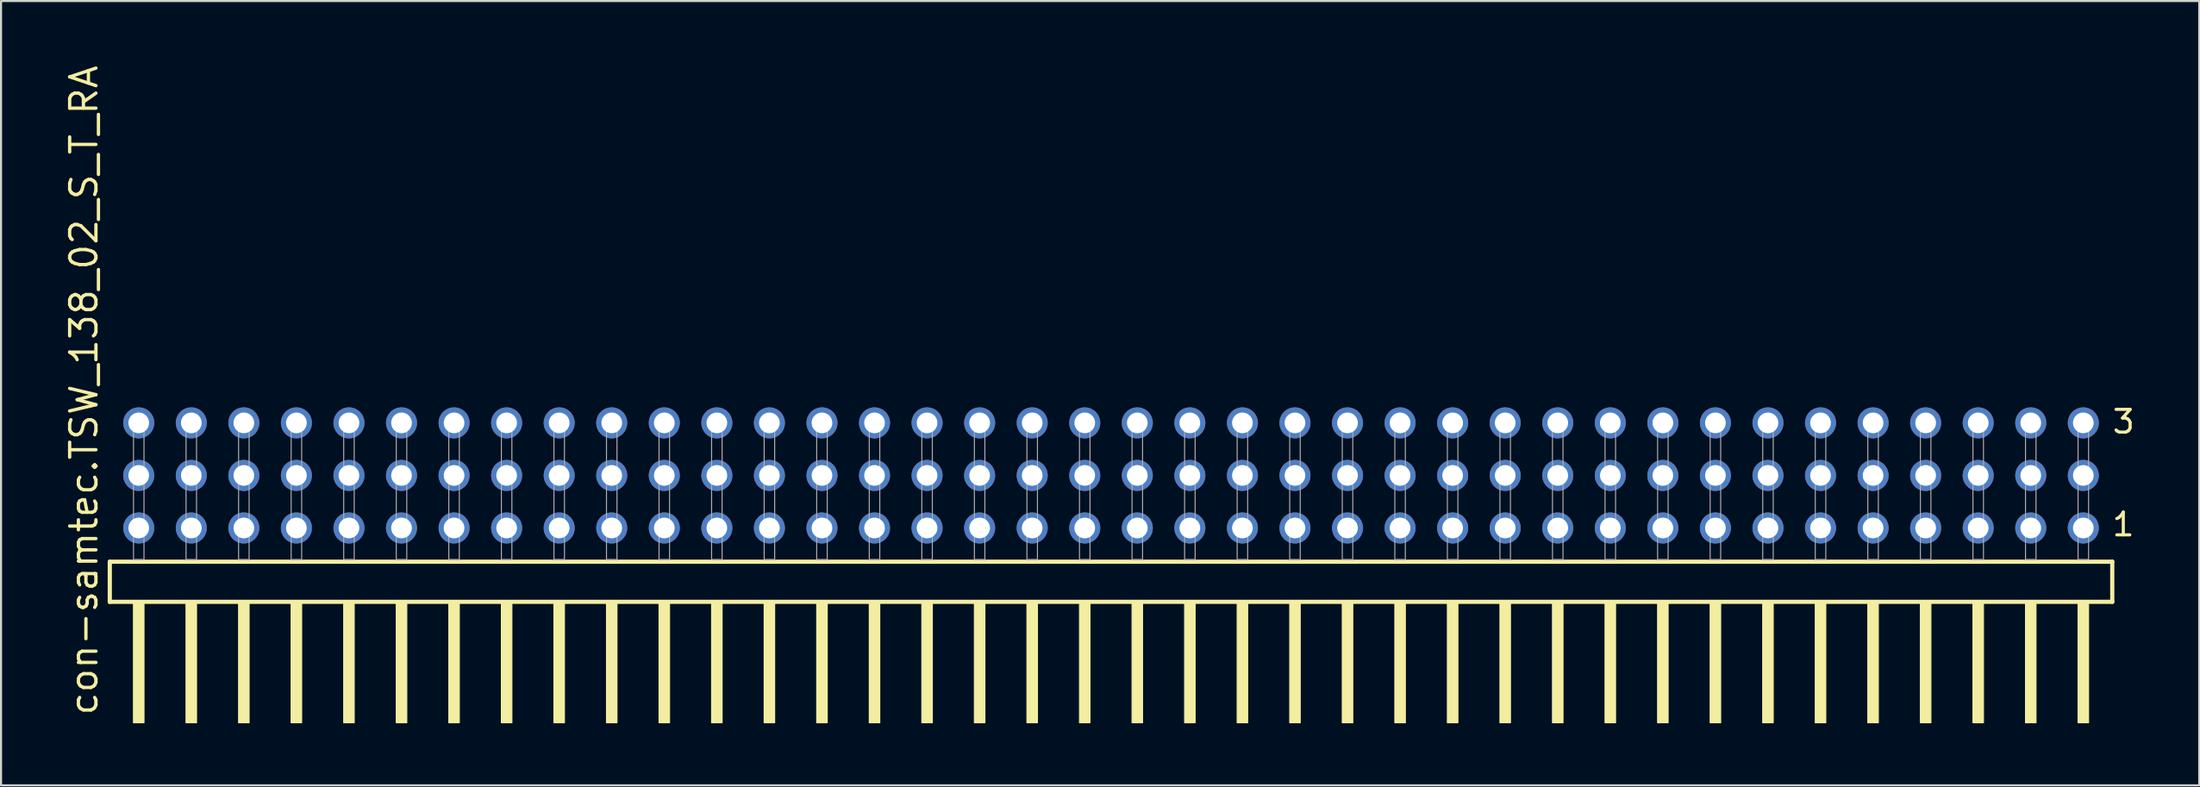
<source format=kicad_pcb>
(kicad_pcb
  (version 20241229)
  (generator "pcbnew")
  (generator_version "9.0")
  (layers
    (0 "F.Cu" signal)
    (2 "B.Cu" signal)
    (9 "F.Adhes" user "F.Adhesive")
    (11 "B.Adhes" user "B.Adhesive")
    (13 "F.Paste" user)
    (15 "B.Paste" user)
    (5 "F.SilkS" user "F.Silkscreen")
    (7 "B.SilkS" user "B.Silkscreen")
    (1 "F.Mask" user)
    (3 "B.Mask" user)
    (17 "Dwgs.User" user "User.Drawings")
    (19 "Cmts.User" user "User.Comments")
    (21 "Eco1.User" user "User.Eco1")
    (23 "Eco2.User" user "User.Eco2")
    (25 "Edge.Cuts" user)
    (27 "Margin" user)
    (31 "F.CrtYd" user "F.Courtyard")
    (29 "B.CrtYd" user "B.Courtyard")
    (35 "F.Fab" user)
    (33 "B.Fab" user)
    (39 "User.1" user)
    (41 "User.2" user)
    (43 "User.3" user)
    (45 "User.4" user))
  (footprint "con-samtec.TSW_138_02_S_T_RA"
    (layer "F.Cu")
    (at 50.645 23.993)
    (property "Reference" "con-samtec.TSW_138_02_S_T_RA" (at -48.895 7.62 90) (layer "F.SilkS") (effects (font (size 1.27 1.27) (thickness 0.16)) (justify left bottom)))
    (attr through_hole)
    (fp_line (start -48.389 0.106) (end -48.389 2.046) (stroke (width 0.203) (type default)) (layer "F.SilkS"))
    (fp_line (start -48.389 2.046) (end 48.389 2.046) (stroke (width 0.203) (type default)) (layer "F.SilkS"))
    (fp_line (start 48.389 0.106) (end -48.389 0.106) (stroke (width 0.203) (type default)) (layer "F.SilkS"))
    (fp_line (start 48.389 2.046) (end 48.389 0.106) (stroke (width 0.203) (type default)) (layer "F.SilkS"))
    (fp_rect (start -47.244 7.89) (end -46.736 2.04) (stroke (width 0.05) (type default)) (fill yes) (layer "F.SilkS"))
    (fp_rect (start -44.704 7.89) (end -44.196 2.04) (stroke (width 0.05) (type default)) (fill yes) (layer "F.SilkS"))
    (fp_rect (start -42.164 7.89) (end -41.656 2.04) (stroke (width 0.05) (type default)) (fill yes) (layer "F.SilkS"))
    (fp_rect (start -39.624 7.89) (end -39.116 2.04) (stroke (width 0.05) (type default)) (fill yes) (layer "F.SilkS"))
    (fp_rect (start -37.084 7.89) (end -36.576 2.04) (stroke (width 0.05) (type default)) (fill yes) (layer "F.SilkS"))
    (fp_rect (start -34.544 7.89) (end -34.036 2.04) (stroke (width 0.05) (type default)) (fill yes) (layer "F.SilkS"))
    (fp_rect (start -32.004 7.89) (end -31.496 2.04) (stroke (width 0.05) (type default)) (fill yes) (layer "F.SilkS"))
    (fp_rect (start -29.464 7.89) (end -28.956 2.04) (stroke (width 0.05) (type default)) (fill yes) (layer "F.SilkS"))
    (fp_rect (start -26.924 7.89) (end -26.416 2.04) (stroke (width 0.05) (type default)) (fill yes) (layer "F.SilkS"))
    (fp_rect (start -24.384 7.89) (end -23.876 2.04) (stroke (width 0.05) (type default)) (fill yes) (layer "F.SilkS"))
    (fp_rect (start -21.844 7.89) (end -21.336 2.04) (stroke (width 0.05) (type default)) (fill yes) (layer "F.SilkS"))
    (fp_rect (start -19.304 7.89) (end -18.796 2.04) (stroke (width 0.05) (type default)) (fill yes) (layer "F.SilkS"))
    (fp_rect (start -16.764 7.89) (end -16.256 2.04) (stroke (width 0.05) (type default)) (fill yes) (layer "F.SilkS"))
    (fp_rect (start -14.224 7.89) (end -13.716 2.04) (stroke (width 0.05) (type default)) (fill yes) (layer "F.SilkS"))
    (fp_rect (start -11.684 7.89) (end -11.176 2.04) (stroke (width 0.05) (type default)) (fill yes) (layer "F.SilkS"))
    (fp_rect (start -9.144 7.89) (end -8.636 2.04) (stroke (width 0.05) (type default)) (fill yes) (layer "F.SilkS"))
    (fp_rect (start -6.604 7.89) (end -6.096 2.04) (stroke (width 0.05) (type default)) (fill yes) (layer "F.SilkS"))
    (fp_rect (start -4.064 7.89) (end -3.556 2.04) (stroke (width 0.05) (type default)) (fill yes) (layer "F.SilkS"))
    (fp_rect (start -1.524 7.89) (end -1.016 2.04) (stroke (width 0.05) (type default)) (fill yes) (layer "F.SilkS"))
    (fp_rect (start 1.016 7.89) (end 1.524 2.04) (stroke (width 0.05) (type default)) (fill yes) (layer "F.SilkS"))
    (fp_rect (start 3.556 7.89) (end 4.064 2.04) (stroke (width 0.05) (type default)) (fill yes) (layer "F.SilkS"))
    (fp_rect (start 6.096 7.89) (end 6.604 2.04) (stroke (width 0.05) (type default)) (fill yes) (layer "F.SilkS"))
    (fp_rect (start 8.636 7.89) (end 9.144 2.04) (stroke (width 0.05) (type default)) (fill yes) (layer "F.SilkS"))
    (fp_rect (start 11.176 7.89) (end 11.684 2.04) (stroke (width 0.05) (type default)) (fill yes) (layer "F.SilkS"))
    (fp_rect (start 13.716 7.89) (end 14.224 2.04) (stroke (width 0.05) (type default)) (fill yes) (layer "F.SilkS"))
    (fp_rect (start 16.256 7.89) (end 16.764 2.04) (stroke (width 0.05) (type default)) (fill yes) (layer "F.SilkS"))
    (fp_rect (start 18.796 7.89) (end 19.304 2.04) (stroke (width 0.05) (type default)) (fill yes) (layer "F.SilkS"))
    (fp_rect (start 21.336 7.89) (end 21.844 2.04) (stroke (width 0.05) (type default)) (fill yes) (layer "F.SilkS"))
    (fp_rect (start 23.876 7.89) (end 24.384 2.04) (stroke (width 0.05) (type default)) (fill yes) (layer "F.SilkS"))
    (fp_rect (start 26.416 7.89) (end 26.924 2.04) (stroke (width 0.05) (type default)) (fill yes) (layer "F.SilkS"))
    (fp_rect (start 28.956 7.89) (end 29.464 2.04) (stroke (width 0.05) (type default)) (fill yes) (layer "F.SilkS"))
    (fp_rect (start 31.496 7.89) (end 32.004 2.04) (stroke (width 0.05) (type default)) (fill yes) (layer "F.SilkS"))
    (fp_rect (start 34.036 7.89) (end 34.544 2.04) (stroke (width 0.05) (type default)) (fill yes) (layer "F.SilkS"))
    (fp_rect (start 36.576 7.89) (end 37.084 2.04) (stroke (width 0.05) (type default)) (fill yes) (layer "F.SilkS"))
    (fp_rect (start 39.116 7.89) (end 39.624 2.04) (stroke (width 0.05) (type default)) (fill yes) (layer "F.SilkS"))
    (fp_rect (start 41.656 7.89) (end 42.164 2.04) (stroke (width 0.05) (type default)) (fill yes) (layer "F.SilkS"))
    (fp_rect (start 44.196 7.89) (end 44.704 2.04) (stroke (width 0.05) (type default)) (fill yes) (layer "F.SilkS"))
    (fp_rect (start 46.736 7.89) (end 47.244 2.04) (stroke (width 0.05) (type default)) (fill yes) (layer "F.SilkS"))
    (fp_rect (start -47.244 0) (end -46.736 -6.858) (stroke (width 0.05) (type default)) (fill no) (layer "F.Fab"))
    (fp_rect (start -44.704 0) (end -44.196 -6.858) (stroke (width 0.05) (type default)) (fill no) (layer "F.Fab"))
    (fp_rect (start -42.164 0) (end -41.656 -6.858) (stroke (width 0.05) (type default)) (fill no) (layer "F.Fab"))
    (fp_rect (start -39.624 0) (end -39.116 -6.858) (stroke (width 0.05) (type default)) (fill no) (layer "F.Fab"))
    (fp_rect (start -37.084 0) (end -36.576 -6.858) (stroke (width 0.05) (type default)) (fill no) (layer "F.Fab"))
    (fp_rect (start -34.544 0) (end -34.036 -6.858) (stroke (width 0.05) (type default)) (fill no) (layer "F.Fab"))
    (fp_rect (start -32.004 0) (end -31.496 -6.858) (stroke (width 0.05) (type default)) (fill no) (layer "F.Fab"))
    (fp_rect (start -29.464 0) (end -28.956 -6.858) (stroke (width 0.05) (type default)) (fill no) (layer "F.Fab"))
    (fp_rect (start -26.924 0) (end -26.416 -6.858) (stroke (width 0.05) (type default)) (fill no) (layer "F.Fab"))
    (fp_rect (start -24.384 0) (end -23.876 -6.858) (stroke (width 0.05) (type default)) (fill no) (layer "F.Fab"))
    (fp_rect (start -21.844 0) (end -21.336 -6.858) (stroke (width 0.05) (type default)) (fill no) (layer "F.Fab"))
    (fp_rect (start -19.304 0) (end -18.796 -6.858) (stroke (width 0.05) (type default)) (fill no) (layer "F.Fab"))
    (fp_rect (start -16.764 0) (end -16.256 -6.858) (stroke (width 0.05) (type default)) (fill no) (layer "F.Fab"))
    (fp_rect (start -14.224 0) (end -13.716 -6.858) (stroke (width 0.05) (type default)) (fill no) (layer "F.Fab"))
    (fp_rect (start -11.684 0) (end -11.176 -6.858) (stroke (width 0.05) (type default)) (fill no) (layer "F.Fab"))
    (fp_rect (start -9.144 0) (end -8.636 -6.858) (stroke (width 0.05) (type default)) (fill no) (layer "F.Fab"))
    (fp_rect (start -6.604 0) (end -6.096 -6.858) (stroke (width 0.05) (type default)) (fill no) (layer "F.Fab"))
    (fp_rect (start -4.064 0) (end -3.556 -6.858) (stroke (width 0.05) (type default)) (fill no) (layer "F.Fab"))
    (fp_rect (start -1.524 0) (end -1.016 -6.858) (stroke (width 0.05) (type default)) (fill no) (layer "F.Fab"))
    (fp_rect (start 1.016 0) (end 1.524 -6.858) (stroke (width 0.05) (type default)) (fill no) (layer "F.Fab"))
    (fp_rect (start 3.556 0) (end 4.064 -6.858) (stroke (width 0.05) (type default)) (fill no) (layer "F.Fab"))
    (fp_rect (start 6.096 0) (end 6.604 -6.858) (stroke (width 0.05) (type default)) (fill no) (layer "F.Fab"))
    (fp_rect (start 8.636 0) (end 9.144 -6.858) (stroke (width 0.05) (type default)) (fill no) (layer "F.Fab"))
    (fp_rect (start 11.176 0) (end 11.684 -6.858) (stroke (width 0.05) (type default)) (fill no) (layer "F.Fab"))
    (fp_rect (start 13.716 0) (end 14.224 -6.858) (stroke (width 0.05) (type default)) (fill no) (layer "F.Fab"))
    (fp_rect (start 16.256 0) (end 16.764 -6.858) (stroke (width 0.05) (type default)) (fill no) (layer "F.Fab"))
    (fp_rect (start 18.796 0) (end 19.304 -6.858) (stroke (width 0.05) (type default)) (fill no) (layer "F.Fab"))
    (fp_rect (start 21.336 0) (end 21.844 -6.858) (stroke (width 0.05) (type default)) (fill no) (layer "F.Fab"))
    (fp_rect (start 23.876 0) (end 24.384 -6.858) (stroke (width 0.05) (type default)) (fill no) (layer "F.Fab"))
    (fp_rect (start 26.416 0) (end 26.924 -6.858) (stroke (width 0.05) (type default)) (fill no) (layer "F.Fab"))
    (fp_rect (start 28.956 0) (end 29.464 -6.858) (stroke (width 0.05) (type default)) (fill no) (layer "F.Fab"))
    (fp_rect (start 31.496 0) (end 32.004 -6.858) (stroke (width 0.05) (type default)) (fill no) (layer "F.Fab"))
    (fp_rect (start 34.036 0) (end 34.544 -6.858) (stroke (width 0.05) (type default)) (fill no) (layer "F.Fab"))
    (fp_rect (start 36.576 0) (end 37.084 -6.858) (stroke (width 0.05) (type default)) (fill no) (layer "F.Fab"))
    (fp_rect (start 39.116 0) (end 39.624 -6.858) (stroke (width 0.05) (type default)) (fill no) (layer "F.Fab"))
    (fp_rect (start 41.656 0) (end 42.164 -6.858) (stroke (width 0.05) (type default)) (fill no) (layer "F.Fab"))
    (fp_rect (start 44.196 0) (end 44.704 -6.858) (stroke (width 0.05) (type default)) (fill no) (layer "F.Fab"))
    (fp_rect (start 46.736 0) (end 47.244 -6.858) (stroke (width 0.05) (type default)) (fill no) (layer "F.Fab"))
    (fp_text user "3" (at 48.315 -6.015 0) (layer "F.SilkS") (effects (font (size 1.1 1.1) (thickness 0.15)) (justify left bottom)))
    (fp_text user "1" (at 48.3 -1.05 0) (layer "F.SilkS") (effects (font (size 1.1 1.1) (thickness 0.15)) (justify left bottom)))
    (pad "1" thru_hole circle (at 46.99 -1.524 180) (size 1.5 1.5) (drill 1) (layers "*.Cu" "*.Mask"))
    (pad "2" thru_hole circle (at 46.99 -4.064 180) (size 1.5 1.5) (drill 1) (layers "*.Cu" "*.Mask"))
    (pad "3" thru_hole circle (at 46.99 -6.604 180) (size 1.5 1.5) (drill 1) (layers "*.Cu" "*.Mask"))
    (pad "4" thru_hole circle (at 44.45 -1.524 180) (size 1.5 1.5) (drill 1) (layers "*.Cu" "*.Mask"))
    (pad "5" thru_hole circle (at 44.45 -4.064 180) (size 1.5 1.5) (drill 1) (layers "*.Cu" "*.Mask"))
    (pad "6" thru_hole circle (at 44.45 -6.604 180) (size 1.5 1.5) (drill 1) (layers "*.Cu" "*.Mask"))
    (pad "7" thru_hole circle (at 41.91 -1.524 180) (size 1.5 1.5) (drill 1) (layers "*.Cu" "*.Mask"))
    (pad "8" thru_hole circle (at 41.91 -4.064 180) (size 1.5 1.5) (drill 1) (layers "*.Cu" "*.Mask"))
    (pad "9" thru_hole circle (at 41.91 -6.604 180) (size 1.5 1.5) (drill 1) (layers "*.Cu" "*.Mask"))
    (pad "10" thru_hole circle (at 39.37 -1.524 180) (size 1.5 1.5) (drill 1) (layers "*.Cu" "*.Mask"))
    (pad "11" thru_hole circle (at 39.37 -4.064 180) (size 1.5 1.5) (drill 1) (layers "*.Cu" "*.Mask"))
    (pad "12" thru_hole circle (at 39.37 -6.604 180) (size 1.5 1.5) (drill 1) (layers "*.Cu" "*.Mask"))
    (pad "13" thru_hole circle (at 36.83 -1.524 180) (size 1.5 1.5) (drill 1) (layers "*.Cu" "*.Mask"))
    (pad "14" thru_hole circle (at 36.83 -4.064 180) (size 1.5 1.5) (drill 1) (layers "*.Cu" "*.Mask"))
    (pad "15" thru_hole circle (at 36.83 -6.604 180) (size 1.5 1.5) (drill 1) (layers "*.Cu" "*.Mask"))
    (pad "16" thru_hole circle (at 34.29 -1.524 180) (size 1.5 1.5) (drill 1) (layers "*.Cu" "*.Mask"))
    (pad "17" thru_hole circle (at 34.29 -4.064 180) (size 1.5 1.5) (drill 1) (layers "*.Cu" "*.Mask"))
    (pad "18" thru_hole circle (at 34.29 -6.604 180) (size 1.5 1.5) (drill 1) (layers "*.Cu" "*.Mask"))
    (pad "19" thru_hole circle (at 31.75 -1.524 180) (size 1.5 1.5) (drill 1) (layers "*.Cu" "*.Mask"))
    (pad "20" thru_hole circle (at 31.75 -4.064 180) (size 1.5 1.5) (drill 1) (layers "*.Cu" "*.Mask"))
    (pad "21" thru_hole circle (at 31.75 -6.604 180) (size 1.5 1.5) (drill 1) (layers "*.Cu" "*.Mask"))
    (pad "22" thru_hole circle (at 29.21 -1.524 180) (size 1.5 1.5) (drill 1) (layers "*.Cu" "*.Mask"))
    (pad "23" thru_hole circle (at 29.21 -4.064 180) (size 1.5 1.5) (drill 1) (layers "*.Cu" "*.Mask"))
    (pad "24" thru_hole circle (at 29.21 -6.604 180) (size 1.5 1.5) (drill 1) (layers "*.Cu" "*.Mask"))
    (pad "25" thru_hole circle (at 26.67 -1.524 180) (size 1.5 1.5) (drill 1) (layers "*.Cu" "*.Mask"))
    (pad "26" thru_hole circle (at 26.67 -4.064 180) (size 1.5 1.5) (drill 1) (layers "*.Cu" "*.Mask"))
    (pad "27" thru_hole circle (at 26.67 -6.604 180) (size 1.5 1.5) (drill 1) (layers "*.Cu" "*.Mask"))
    (pad "28" thru_hole circle (at 24.13 -1.524 180) (size 1.5 1.5) (drill 1) (layers "*.Cu" "*.Mask"))
    (pad "29" thru_hole circle (at 24.13 -4.064 180) (size 1.5 1.5) (drill 1) (layers "*.Cu" "*.Mask"))
    (pad "30" thru_hole circle (at 24.13 -6.604 180) (size 1.5 1.5) (drill 1) (layers "*.Cu" "*.Mask"))
    (pad "31" thru_hole circle (at 21.59 -1.524 180) (size 1.5 1.5) (drill 1) (layers "*.Cu" "*.Mask"))
    (pad "32" thru_hole circle (at 21.59 -4.064 180) (size 1.5 1.5) (drill 1) (layers "*.Cu" "*.Mask"))
    (pad "33" thru_hole circle (at 21.59 -6.604 180) (size 1.5 1.5) (drill 1) (layers "*.Cu" "*.Mask"))
    (pad "34" thru_hole circle (at 19.05 -1.524 180) (size 1.5 1.5) (drill 1) (layers "*.Cu" "*.Mask"))
    (pad "35" thru_hole circle (at 19.05 -4.064 180) (size 1.5 1.5) (drill 1) (layers "*.Cu" "*.Mask"))
    (pad "36" thru_hole circle (at 19.05 -6.604 180) (size 1.5 1.5) (drill 1) (layers "*.Cu" "*.Mask"))
    (pad "37" thru_hole circle (at 16.51 -1.524 180) (size 1.5 1.5) (drill 1) (layers "*.Cu" "*.Mask"))
    (pad "38" thru_hole circle (at 16.51 -4.064 180) (size 1.5 1.5) (drill 1) (layers "*.Cu" "*.Mask"))
    (pad "39" thru_hole circle (at 16.51 -6.604 180) (size 1.5 1.5) (drill 1) (layers "*.Cu" "*.Mask"))
    (pad "40" thru_hole circle (at 13.97 -1.524 180) (size 1.5 1.5) (drill 1) (layers "*.Cu" "*.Mask"))
    (pad "41" thru_hole circle (at 13.97 -4.064 180) (size 1.5 1.5) (drill 1) (layers "*.Cu" "*.Mask"))
    (pad "42" thru_hole circle (at 13.97 -6.604 180) (size 1.5 1.5) (drill 1) (layers "*.Cu" "*.Mask"))
    (pad "43" thru_hole circle (at 11.43 -1.524 180) (size 1.5 1.5) (drill 1) (layers "*.Cu" "*.Mask"))
    (pad "44" thru_hole circle (at 11.43 -4.064 180) (size 1.5 1.5) (drill 1) (layers "*.Cu" "*.Mask"))
    (pad "45" thru_hole circle (at 11.43 -6.604 180) (size 1.5 1.5) (drill 1) (layers "*.Cu" "*.Mask"))
    (pad "46" thru_hole circle (at 8.89 -1.524 180) (size 1.5 1.5) (drill 1) (layers "*.Cu" "*.Mask"))
    (pad "47" thru_hole circle (at 8.89 -4.064 180) (size 1.5 1.5) (drill 1) (layers "*.Cu" "*.Mask"))
    (pad "48" thru_hole circle (at 8.89 -6.604 180) (size 1.5 1.5) (drill 1) (layers "*.Cu" "*.Mask"))
    (pad "49" thru_hole circle (at 6.35 -1.524 180) (size 1.5 1.5) (drill 1) (layers "*.Cu" "*.Mask"))
    (pad "50" thru_hole circle (at 6.35 -4.064 180) (size 1.5 1.5) (drill 1) (layers "*.Cu" "*.Mask"))
    (pad "51" thru_hole circle (at 6.35 -6.604 180) (size 1.5 1.5) (drill 1) (layers "*.Cu" "*.Mask"))
    (pad "52" thru_hole circle (at 3.81 -1.524 180) (size 1.5 1.5) (drill 1) (layers "*.Cu" "*.Mask"))
    (pad "53" thru_hole circle (at 3.81 -4.064 180) (size 1.5 1.5) (drill 1) (layers "*.Cu" "*.Mask"))
    (pad "54" thru_hole circle (at 3.81 -6.604 180) (size 1.5 1.5) (drill 1) (layers "*.Cu" "*.Mask"))
    (pad "55" thru_hole circle (at 1.27 -1.524 180) (size 1.5 1.5) (drill 1) (layers "*.Cu" "*.Mask"))
    (pad "56" thru_hole circle (at 1.27 -4.064 180) (size 1.5 1.5) (drill 1) (layers "*.Cu" "*.Mask"))
    (pad "57" thru_hole circle (at 1.27 -6.604 180) (size 1.5 1.5) (drill 1) (layers "*.Cu" "*.Mask"))
    (pad "58" thru_hole circle (at -1.27 -1.524 180) (size 1.5 1.5) (drill 1) (layers "*.Cu" "*.Mask"))
    (pad "59" thru_hole circle (at -1.27 -4.064 180) (size 1.5 1.5) (drill 1) (layers "*.Cu" "*.Mask"))
    (pad "60" thru_hole circle (at -1.27 -6.604 180) (size 1.5 1.5) (drill 1) (layers "*.Cu" "*.Mask"))
    (pad "61" thru_hole circle (at -3.81 -1.524 180) (size 1.5 1.5) (drill 1) (layers "*.Cu" "*.Mask"))
    (pad "62" thru_hole circle (at -3.81 -4.064 180) (size 1.5 1.5) (drill 1) (layers "*.Cu" "*.Mask"))
    (pad "63" thru_hole circle (at -3.81 -6.604 180) (size 1.5 1.5) (drill 1) (layers "*.Cu" "*.Mask"))
    (pad "64" thru_hole circle (at -6.35 -1.524 180) (size 1.5 1.5) (drill 1) (layers "*.Cu" "*.Mask"))
    (pad "65" thru_hole circle (at -6.35 -4.064 180) (size 1.5 1.5) (drill 1) (layers "*.Cu" "*.Mask"))
    (pad "66" thru_hole circle (at -6.35 -6.604 180) (size 1.5 1.5) (drill 1) (layers "*.Cu" "*.Mask"))
    (pad "67" thru_hole circle (at -8.89 -1.524 180) (size 1.5 1.5) (drill 1) (layers "*.Cu" "*.Mask"))
    (pad "68" thru_hole circle (at -8.89 -4.064 180) (size 1.5 1.5) (drill 1) (layers "*.Cu" "*.Mask"))
    (pad "69" thru_hole circle (at -8.89 -6.604 180) (size 1.5 1.5) (drill 1) (layers "*.Cu" "*.Mask"))
    (pad "70" thru_hole circle (at -11.43 -1.524 180) (size 1.5 1.5) (drill 1) (layers "*.Cu" "*.Mask"))
    (pad "71" thru_hole circle (at -11.43 -4.064 180) (size 1.5 1.5) (drill 1) (layers "*.Cu" "*.Mask"))
    (pad "72" thru_hole circle (at -11.43 -6.604 180) (size 1.5 1.5) (drill 1) (layers "*.Cu" "*.Mask"))
    (pad "73" thru_hole circle (at -13.97 -1.524 180) (size 1.5 1.5) (drill 1) (layers "*.Cu" "*.Mask"))
    (pad "74" thru_hole circle (at -13.97 -4.064 180) (size 1.5 1.5) (drill 1) (layers "*.Cu" "*.Mask"))
    (pad "75" thru_hole circle (at -13.97 -6.604 180) (size 1.5 1.5) (drill 1) (layers "*.Cu" "*.Mask"))
    (pad "76" thru_hole circle (at -16.51 -1.524 180) (size 1.5 1.5) (drill 1) (layers "*.Cu" "*.Mask"))
    (pad "77" thru_hole circle (at -16.51 -4.064 180) (size 1.5 1.5) (drill 1) (layers "*.Cu" "*.Mask"))
    (pad "78" thru_hole circle (at -16.51 -6.604 180) (size 1.5 1.5) (drill 1) (layers "*.Cu" "*.Mask"))
    (pad "79" thru_hole circle (at -19.05 -1.524 180) (size 1.5 1.5) (drill 1) (layers "*.Cu" "*.Mask"))
    (pad "80" thru_hole circle (at -19.05 -4.064 180) (size 1.5 1.5) (drill 1) (layers "*.Cu" "*.Mask"))
    (pad "81" thru_hole circle (at -19.05 -6.604 180) (size 1.5 1.5) (drill 1) (layers "*.Cu" "*.Mask"))
    (pad "82" thru_hole circle (at -21.59 -1.524 180) (size 1.5 1.5) (drill 1) (layers "*.Cu" "*.Mask"))
    (pad "83" thru_hole circle (at -21.59 -4.064 180) (size 1.5 1.5) (drill 1) (layers "*.Cu" "*.Mask"))
    (pad "84" thru_hole circle (at -21.59 -6.604 180) (size 1.5 1.5) (drill 1) (layers "*.Cu" "*.Mask"))
    (pad "85" thru_hole circle (at -24.13 -1.524 180) (size 1.5 1.5) (drill 1) (layers "*.Cu" "*.Mask"))
    (pad "86" thru_hole circle (at -24.13 -4.064 180) (size 1.5 1.5) (drill 1) (layers "*.Cu" "*.Mask"))
    (pad "87" thru_hole circle (at -24.13 -6.604 180) (size 1.5 1.5) (drill 1) (layers "*.Cu" "*.Mask"))
    (pad "88" thru_hole circle (at -26.67 -1.524 180) (size 1.5 1.5) (drill 1) (layers "*.Cu" "*.Mask"))
    (pad "89" thru_hole circle (at -26.67 -4.064 180) (size 1.5 1.5) (drill 1) (layers "*.Cu" "*.Mask"))
    (pad "90" thru_hole circle (at -26.67 -6.604 180) (size 1.5 1.5) (drill 1) (layers "*.Cu" "*.Mask"))
    (pad "91" thru_hole circle (at -29.21 -1.524 180) (size 1.5 1.5) (drill 1) (layers "*.Cu" "*.Mask"))
    (pad "92" thru_hole circle (at -29.21 -4.064 180) (size 1.5 1.5) (drill 1) (layers "*.Cu" "*.Mask"))
    (pad "93" thru_hole circle (at -29.21 -6.604 180) (size 1.5 1.5) (drill 1) (layers "*.Cu" "*.Mask"))
    (pad "94" thru_hole circle (at -31.75 -1.524 180) (size 1.5 1.5) (drill 1) (layers "*.Cu" "*.Mask"))
    (pad "95" thru_hole circle (at -31.75 -4.064 180) (size 1.5 1.5) (drill 1) (layers "*.Cu" "*.Mask"))
    (pad "96" thru_hole circle (at -31.75 -6.604 180) (size 1.5 1.5) (drill 1) (layers "*.Cu" "*.Mask"))
    (pad "97" thru_hole circle (at -34.29 -1.524 180) (size 1.5 1.5) (drill 1) (layers "*.Cu" "*.Mask"))
    (pad "98" thru_hole circle (at -34.29 -4.064 180) (size 1.5 1.5) (drill 1) (layers "*.Cu" "*.Mask"))
    (pad "99" thru_hole circle (at -34.29 -6.604 180) (size 1.5 1.5) (drill 1) (layers "*.Cu" "*.Mask"))
    (pad "100" thru_hole circle (at -36.83 -1.524 180) (size 1.5 1.5) (drill 1) (layers "*.Cu" "*.Mask"))
    (pad "101" thru_hole circle (at -36.83 -4.064 180) (size 1.5 1.5) (drill 1) (layers "*.Cu" "*.Mask"))
    (pad "102" thru_hole circle (at -36.83 -6.604 180) (size 1.5 1.5) (drill 1) (layers "*.Cu" "*.Mask"))
    (pad "103" thru_hole circle (at -39.37 -1.524 180) (size 1.5 1.5) (drill 1) (layers "*.Cu" "*.Mask"))
    (pad "104" thru_hole circle (at -39.37 -4.064 180) (size 1.5 1.5) (drill 1) (layers "*.Cu" "*.Mask"))
    (pad "105" thru_hole circle (at -39.37 -6.604 180) (size 1.5 1.5) (drill 1) (layers "*.Cu" "*.Mask"))
    (pad "106" thru_hole circle (at -41.91 -1.524 180) (size 1.5 1.5) (drill 1) (layers "*.Cu" "*.Mask"))
    (pad "107" thru_hole circle (at -41.91 -4.064 180) (size 1.5 1.5) (drill 1) (layers "*.Cu" "*.Mask"))
    (pad "108" thru_hole circle (at -41.91 -6.604 180) (size 1.5 1.5) (drill 1) (layers "*.Cu" "*.Mask"))
    (pad "109" thru_hole circle (at -44.45 -1.524 180) (size 1.5 1.5) (drill 1) (layers "*.Cu" "*.Mask"))
    (pad "110" thru_hole circle (at -44.45 -4.064 180) (size 1.5 1.5) (drill 1) (layers "*.Cu" "*.Mask"))
    (pad "111" thru_hole circle (at -44.45 -6.604 180) (size 1.5 1.5) (drill 1) (layers "*.Cu" "*.Mask"))
    (pad "112" thru_hole circle (at -46.99 -1.524 180) (size 1.5 1.5) (drill 1) (layers "*.Cu" "*.Mask"))
    (pad "113" thru_hole circle (at -46.99 -4.064 180) (size 1.5 1.5) (drill 1) (layers "*.Cu" "*.Mask"))
    (pad "114" thru_hole circle (at -46.99 -6.604 180) (size 1.5 1.5) (drill 1) (layers "*.Cu" "*.Mask")))
  (gr_rect
    (start -3 -3)
    (end 103.238 34.908)
    (stroke (width 0.1) (type default))
    (fill no)
    (layer "Edge.Cuts")))
</source>
